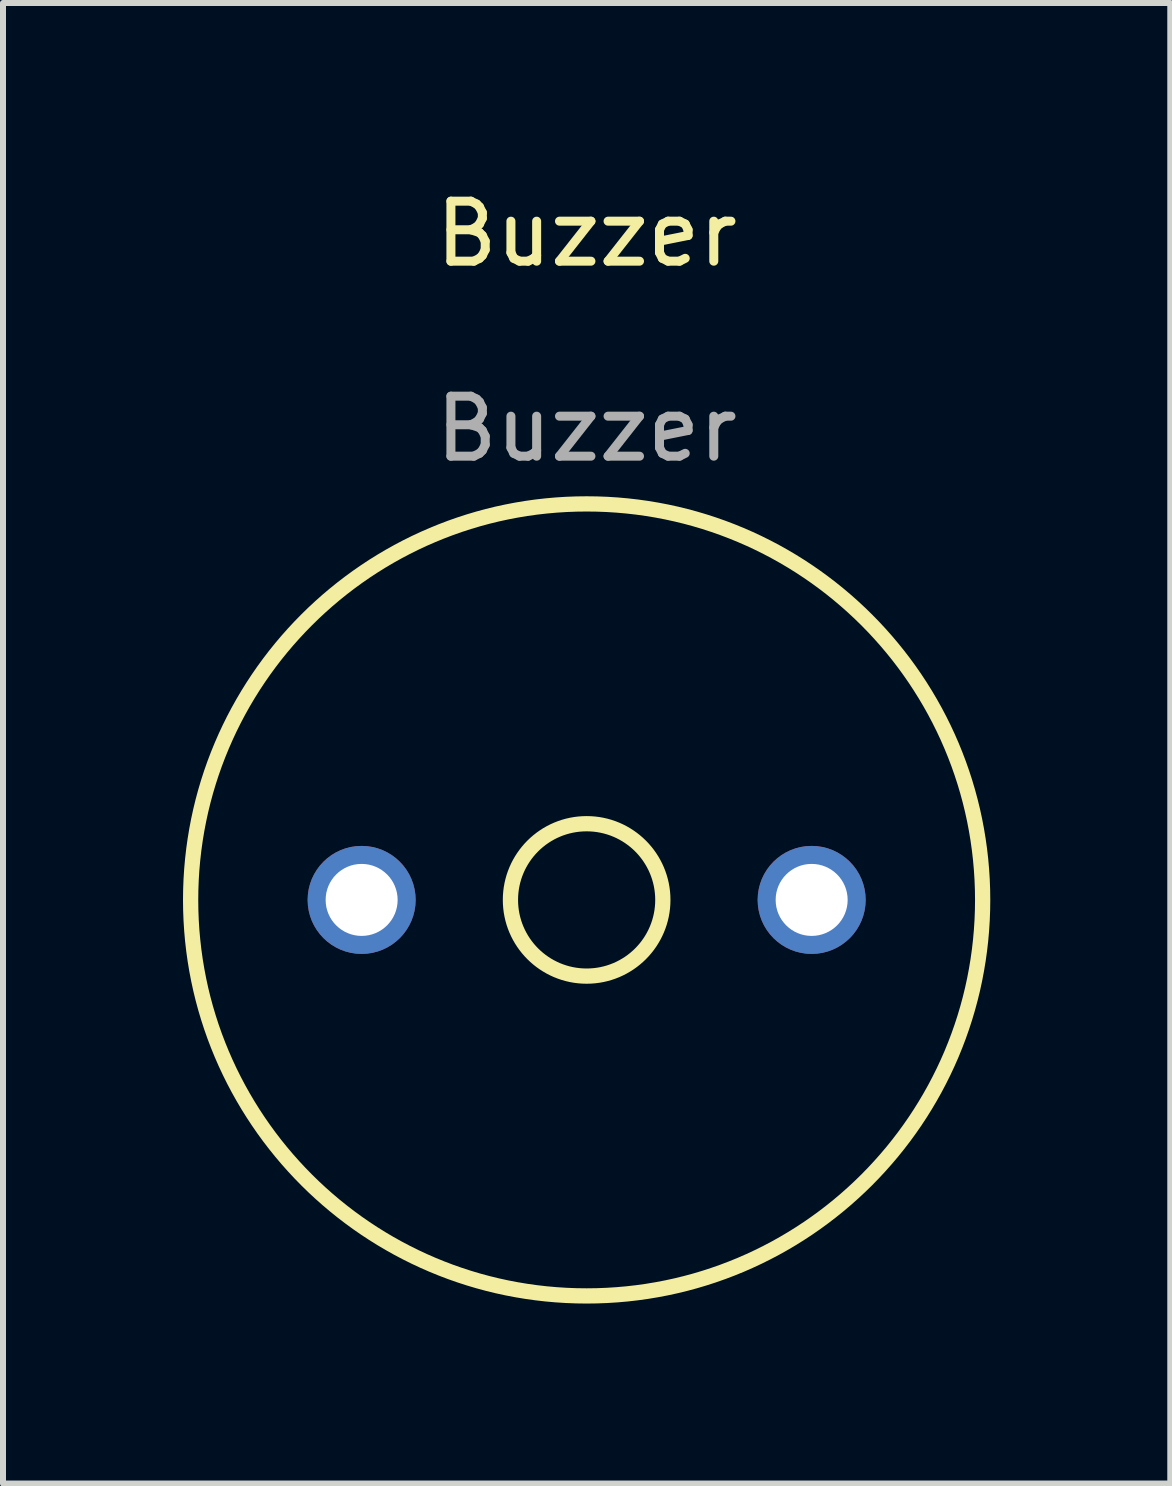
<source format=kicad_pcb>
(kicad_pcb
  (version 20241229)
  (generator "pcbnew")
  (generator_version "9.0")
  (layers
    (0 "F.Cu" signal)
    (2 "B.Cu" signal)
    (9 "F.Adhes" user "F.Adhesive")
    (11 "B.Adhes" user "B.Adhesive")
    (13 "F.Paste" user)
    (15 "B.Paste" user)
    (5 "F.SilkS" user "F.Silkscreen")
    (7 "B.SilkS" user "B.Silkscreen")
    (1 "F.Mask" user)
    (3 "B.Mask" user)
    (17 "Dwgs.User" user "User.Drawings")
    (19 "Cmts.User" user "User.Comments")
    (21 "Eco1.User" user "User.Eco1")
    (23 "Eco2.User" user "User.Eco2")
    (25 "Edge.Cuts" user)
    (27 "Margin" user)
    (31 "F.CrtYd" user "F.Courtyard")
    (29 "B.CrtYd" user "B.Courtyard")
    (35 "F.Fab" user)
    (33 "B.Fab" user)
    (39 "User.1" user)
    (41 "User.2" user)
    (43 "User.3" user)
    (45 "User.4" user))
  (footprint "Buzzer"
    (layer "F.Cu")
    (at 6.727 11.848)
    (property "Reference" "Buzzer" (at 0 -11 0) (unlocked yes) (layer "F.SilkS") (effects (font (size 1 1) (thickness 0.15))))
    (attr through_hole)
    (fp_circle (center 0 0.1) (end 1.27 0.1) (stroke (width 0.254) (type solid)) (fill no) (layer "F.SilkS"))
    (fp_circle (center 0 0.1) (end 6.6 0.1) (stroke (width 0.254) (type solid)) (fill no) (layer "F.SilkS"))
    (fp_text user "${REFERENCE}" (at 0 -7.75 0) (unlocked yes) (layer "F.Fab") (effects (font (size 1 1) (thickness 0.15))))
    (pad "1" thru_hole circle (at -3.75 0.1) (size 1.8 1.8) (drill 1.2) (layers "*.Cu" "*.Mask"))
    (pad "2" thru_hole circle (at 3.75 0.1) (size 1.8 1.8) (drill 1.2) (layers "*.Cu" "*.Mask")))
  (gr_rect
    (start -3 -3)
    (end 16.454 21.675)
    (stroke (width 0.1) (type default))
    (fill no)
    (layer "Edge.Cuts")))
</source>
